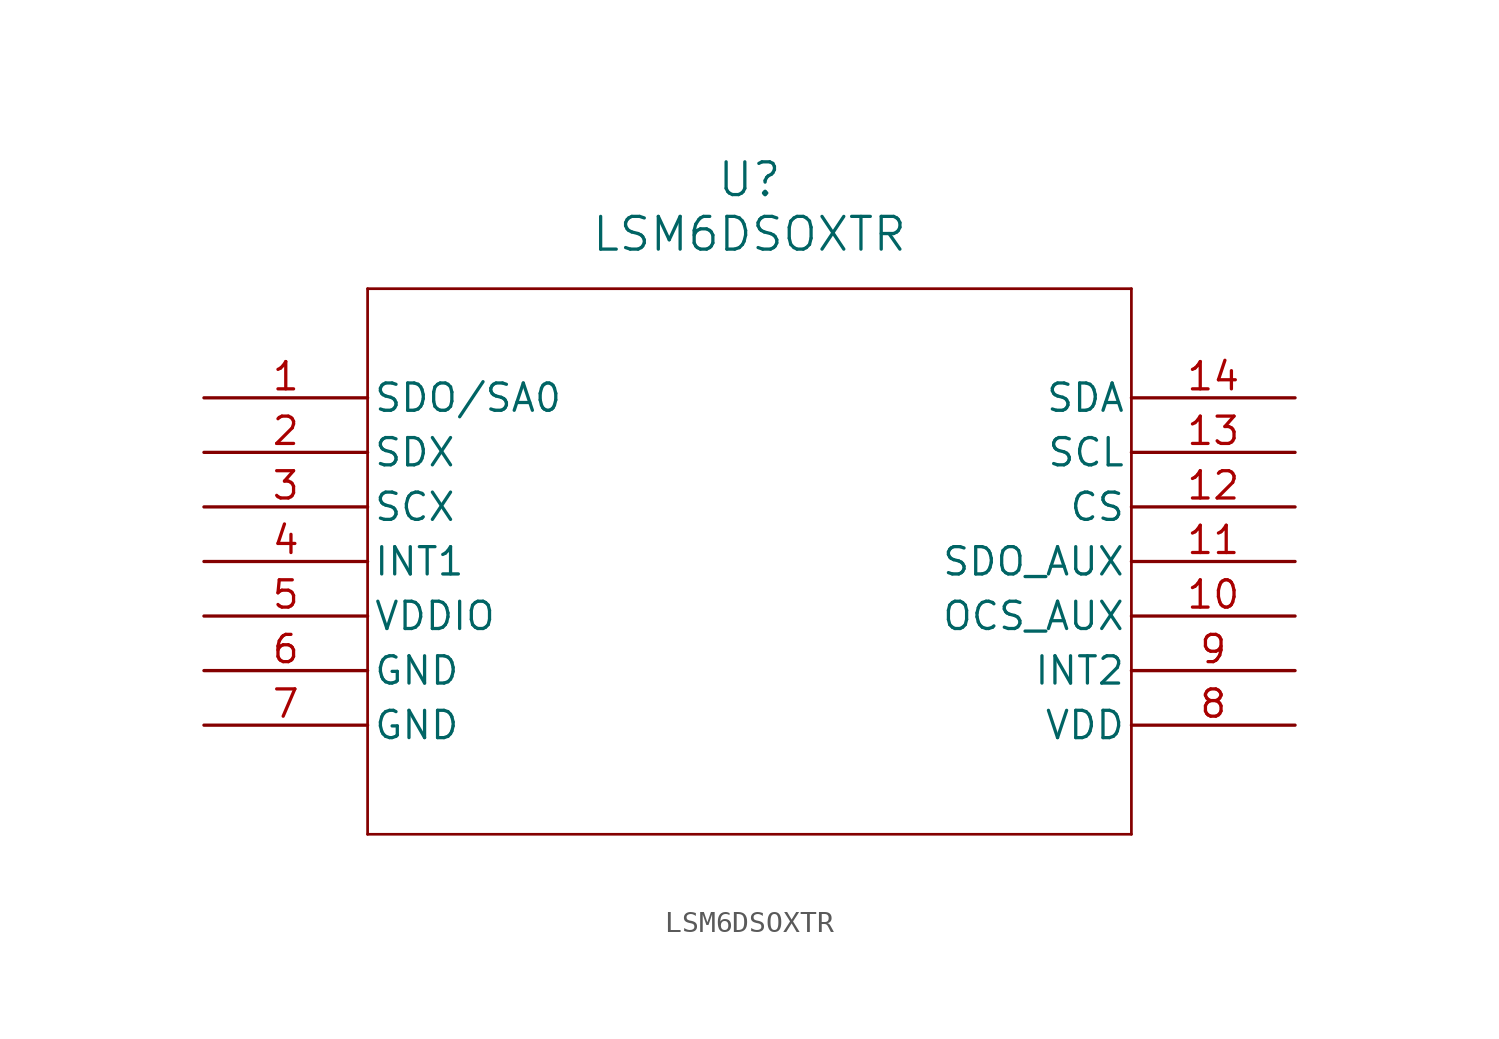
<source format=kicad_sym>
(kicad_symbol_lib
  (version 20211014)
  (generator kicad_symbol_editor)
  (symbol "LSM6DSOXTR"
    (pin_names
      (offset 0.254))
    (property "Reference" "U"
      (at 25.4 10.16 0)
      (effects (font (size 1.524 1.524))))
    (property "Value" "LSM6DSOXTR"
      (at 25.4 7.62 0)
      (effects (font (size 1.524 1.524))))
    (symbol "LSM6DSOXTR_0_1"
      (polyline (pts (xy 7.62 5.08) (xy 7.62 -20.32)) (stroke (width 0.127) (type default) (color 0 0 0 0)) (fill (type none)))
      (polyline (pts (xy 7.62 -20.32) (xy 43.18 -20.32)) (stroke (width 0.127) (type default) (color 0 0 0 0)) (fill (type none)))
      (polyline (pts (xy 43.18 -20.32) (xy 43.18 5.08)) (stroke (width 0.127) (type default) (color 0 0 0 0)) (fill (type none)))
      (polyline (pts (xy 43.18 5.08) (xy 7.62 5.08)) (stroke (width 0.127) (type default) (color 0 0 0 0)) (fill (type none)))
      (pin output line (at 0 0 0) (length 7.62) (name "SDO/SA0" (effects (font (size 1.27 1.27)))) (number "1" (effects (font (size 1.27 1.27)))))
      (pin bidirectional line (at 0 -2.54 0) (length 7.62) (name "SDX" (effects (font (size 1.27 1.27)))) (number "2" (effects (font (size 1.27 1.27)))))
      (pin bidirectional line (at 0 -5.08 0) (length 7.62) (name "SCX" (effects (font (size 1.27 1.27)))) (number "3" (effects (font (size 1.27 1.27)))))
      (pin input line (at 0 -7.62 0) (length 7.62) (name "INT1" (effects (font (size 1.27 1.27)))) (number "4" (effects (font (size 1.27 1.27)))))
      (pin power_in line (at 0 -10.16 0) (length 7.62) (name "VDDIO" (effects (font (size 1.27 1.27)))) (number "5" (effects (font (size 1.27 1.27)))))
      (pin power_out line (at 0 -12.7 0) (length 7.62) (name "GND" (effects (font (size 1.27 1.27)))) (number "6" (effects (font (size 1.27 1.27)))))
      (pin power_out line (at 0 -15.24 0) (length 7.62) (name "GND" (effects (font (size 1.27 1.27)))) (number "7" (effects (font (size 1.27 1.27)))))
      (pin power_in line (at 50.8 -15.24 180) (length 7.62) (name "VDD" (effects (font (size 1.27 1.27)))) (number "8" (effects (font (size 1.27 1.27)))))
      (pin input line (at 50.8 -12.7 180) (length 7.62) (name "INT2" (effects (font (size 1.27 1.27)))) (number "9" (effects (font (size 1.27 1.27)))))
      (pin unspecified line (at 50.8 -10.16 180) (length 7.62) (name "OCS_AUX" (effects (font (size 1.27 1.27)))) (number "10" (effects (font (size 1.27 1.27)))))
      (pin unspecified line (at 50.8 -7.62 180) (length 7.62) (name "SDO_AUX" (effects (font (size 1.27 1.27)))) (number "11" (effects (font (size 1.27 1.27)))))
      (pin unspecified line (at 50.8 -5.08 180) (length 7.62) (name "CS" (effects (font (size 1.27 1.27)))) (number "12" (effects (font (size 1.27 1.27)))))
      (pin unspecified line (at 50.8 -2.54 180) (length 7.62) (name "SCL" (effects (font (size 1.27 1.27)))) (number "13" (effects (font (size 1.27 1.27)))))
      (pin input line (at 50.8 0 180) (length 7.62) (name "SDA" (effects (font (size 1.27 1.27)))) (number "14" (effects (font (size 1.27 1.27))))))))
</source>
